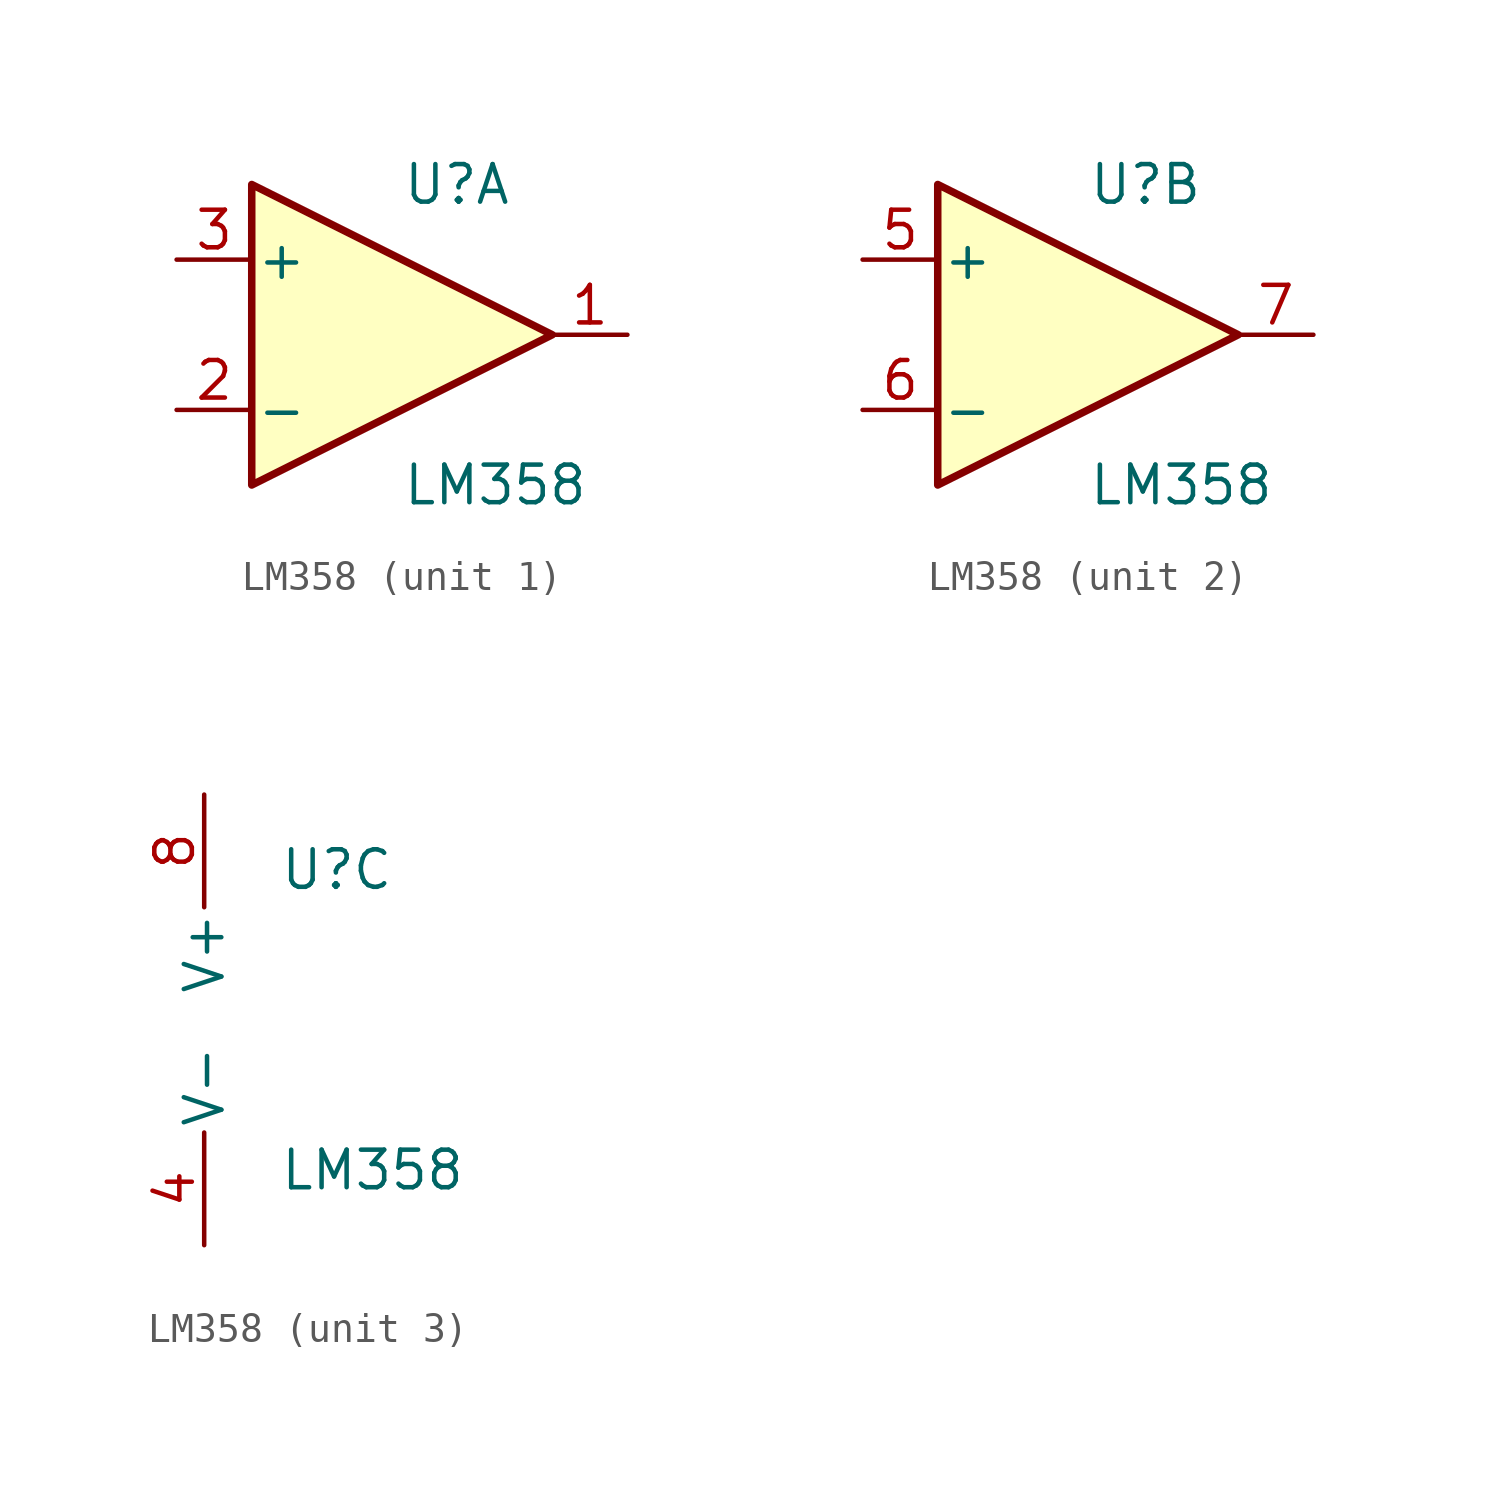
<source format=kicad_sym>
(kicad_symbol_lib
  (version 20231120)
  (generator "kicad_symbol_editor")
  (generator_version "8.0")
  (symbol "LM358"
    (pin_names
      (offset 0.127))
    (property "Reference" "U"
      (at 0 5.08 0)
      (effects (font (size 1.27 1.27)) (justify left)))
    (property "Value" "LM358"
      (at 0 -5.08 0)
      (effects (font (size 1.27 1.27)) (justify left)))
    (property "ki_locked" ""
      (at 0 0 0)
      (effects (font (size 1.27 1.27))))
    (symbol "LM358_1_1"
      (polyline (pts (xy -5.08 5.08) (xy 5.08 0) (xy -5.08 -5.08) (xy -5.08 5.08)) (stroke (width 0.254) (type default)) (fill (type background)))
      (pin output line (at 7.62 0 180) (length 2.54) (name "~" (effects (font (size 1.27 1.27)))) (number "1" (effects (font (size 1.27 1.27)))))
      (pin input line (at -7.62 -2.54 0) (length 2.54) (name "-" (effects (font (size 1.27 1.27)))) (number "2" (effects (font (size 1.27 1.27)))))
      (pin input line (at -7.62 2.54 0) (length 2.54) (name "+" (effects (font (size 1.27 1.27)))) (number "3" (effects (font (size 1.27 1.27))))))
    (symbol "LM358_2_1"
      (polyline (pts (xy -5.08 5.08) (xy 5.08 0) (xy -5.08 -5.08) (xy -5.08 5.08)) (stroke (width 0.254) (type default)) (fill (type background)))
      (pin input line (at -7.62 2.54 0) (length 2.54) (name "+" (effects (font (size 1.27 1.27)))) (number "5" (effects (font (size 1.27 1.27)))))
      (pin input line (at -7.62 -2.54 0) (length 2.54) (name "-" (effects (font (size 1.27 1.27)))) (number "6" (effects (font (size 1.27 1.27)))))
      (pin output line (at 7.62 0 180) (length 2.54) (name "~" (effects (font (size 1.27 1.27)))) (number "7" (effects (font (size 1.27 1.27))))))
    (symbol "LM358_3_1"
      (pin power_in line (at -2.54 -7.62 90) (length 3.81) (name "V-" (effects (font (size 1.27 1.27)))) (number "4" (effects (font (size 1.27 1.27)))))
      (pin power_in line (at -2.54 7.62 270) (length 3.81) (name "V+" (effects (font (size 1.27 1.27)))) (number "8" (effects (font (size 1.27 1.27))))))))
</source>
